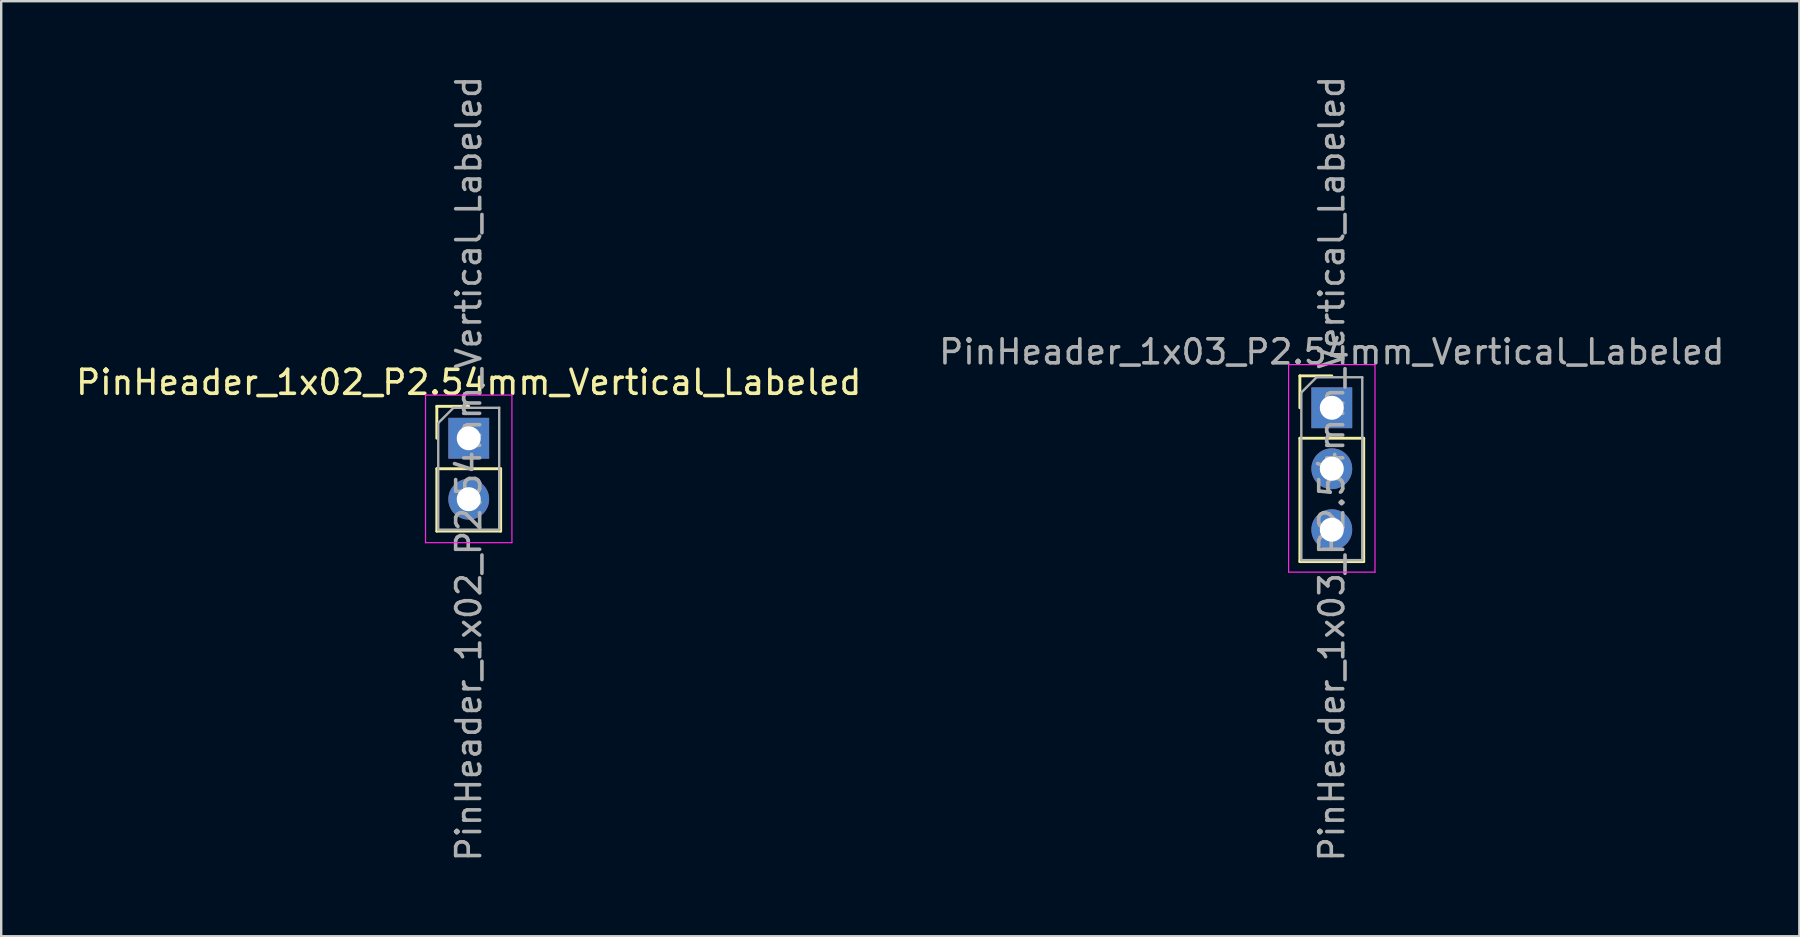
<source format=kicad_pcb>
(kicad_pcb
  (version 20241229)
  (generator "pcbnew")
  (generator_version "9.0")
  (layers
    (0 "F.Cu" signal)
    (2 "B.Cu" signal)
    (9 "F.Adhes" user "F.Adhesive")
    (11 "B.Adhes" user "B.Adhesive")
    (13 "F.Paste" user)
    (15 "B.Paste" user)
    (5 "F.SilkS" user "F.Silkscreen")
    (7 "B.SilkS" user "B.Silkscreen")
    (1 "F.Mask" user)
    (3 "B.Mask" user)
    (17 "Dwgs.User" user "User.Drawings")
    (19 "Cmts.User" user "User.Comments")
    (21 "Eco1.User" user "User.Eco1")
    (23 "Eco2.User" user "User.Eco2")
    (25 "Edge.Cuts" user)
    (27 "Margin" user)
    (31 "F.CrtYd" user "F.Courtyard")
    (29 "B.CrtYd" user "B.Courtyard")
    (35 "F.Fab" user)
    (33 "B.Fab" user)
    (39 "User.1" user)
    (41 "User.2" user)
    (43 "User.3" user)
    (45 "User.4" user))
  (footprint "PinHeader_1x02_P2.54mm_Vertical_Labeled"
    (layer "F.Cu")
    (at 16.482 15.212)
    (property "Reference" "PinHeader_1x02_P2.54mm_Vertical_Labeled" (at 0 -2.33 0) (layer "F.SilkS") (effects (font (size 1 1) (thickness 0.15))))
    (attr through_hole)
    (fp_line (start -1.33 -1.33) (end 0 -1.33) (stroke (width 0.12) (type solid)) (layer "F.SilkS"))
    (fp_line (start -1.33 0) (end -1.33 -1.33) (stroke (width 0.12) (type solid)) (layer "F.SilkS"))
    (fp_line (start -1.33 1.27) (end -1.33 3.87) (stroke (width 0.12) (type solid)) (layer "F.SilkS"))
    (fp_line (start -1.33 1.27) (end 1.33 1.27) (stroke (width 0.12) (type solid)) (layer "F.SilkS"))
    (fp_line (start -1.33 3.87) (end 1.33 3.87) (stroke (width 0.12) (type solid)) (layer "F.SilkS"))
    (fp_line (start 1.33 1.27) (end 1.33 3.87) (stroke (width 0.12) (type solid)) (layer "F.SilkS"))
    (fp_line (start -1.8 -1.8) (end -1.8 4.35) (stroke (width 0.05) (type solid)) (layer "F.CrtYd"))
    (fp_line (start -1.8 4.35) (end 1.8 4.35) (stroke (width 0.05) (type solid)) (layer "F.CrtYd"))
    (fp_line (start 1.8 -1.8) (end -1.8 -1.8) (stroke (width 0.05) (type solid)) (layer "F.CrtYd"))
    (fp_line (start 1.8 4.35) (end 1.8 -1.8) (stroke (width 0.05) (type solid)) (layer "F.CrtYd"))
    (fp_line (start -1.27 -0.635) (end -0.635 -1.27) (stroke (width 0.1) (type solid)) (layer "F.Fab"))
    (fp_line (start -1.27 3.81) (end -1.27 -0.635) (stroke (width 0.1) (type solid)) (layer "F.Fab"))
    (fp_line (start -0.635 -1.27) (end 1.27 -1.27) (stroke (width 0.1) (type solid)) (layer "F.Fab"))
    (fp_line (start 1.27 -1.27) (end 1.27 3.81) (stroke (width 0.1) (type solid)) (layer "F.Fab"))
    (fp_line (start 1.27 3.81) (end -1.27 3.81) (stroke (width 0.1) (type solid)) (layer "F.Fab"))
    (fp_text user "${REFERENCE}" (at 0 1.27 90) (layer "F.Fab") (effects (font (size 1 1) (thickness 0.15))))
    (pad "1" thru_hole rect (at 0 0) (size 1.7 1.7) (drill 1) (layers "*.Cu" "*.Mask"))
    (pad "2" thru_hole oval (at 0 2.54) (size 1.7 1.7) (drill 1) (layers "*.Cu" "*.Mask")))
  (footprint "PinHeader_1x03_P2.54mm_Vertical_Labeled"
    (layer "F.Cu")
    (at 52.446 13.942)
    (property "Reference" "PinHeader_1x03_P2.54mm_Vertical_Labeled" (at 0 -2.33 180) (layer "F.Fab") (effects (font (size 1 1) (thickness 0.15))))
    (attr through_hole)
    (fp_line (start -1.33 -1.33) (end 0 -1.33) (stroke (width 0.12) (type solid)) (layer "F.SilkS"))
    (fp_line (start -1.33 0) (end -1.33 -1.33) (stroke (width 0.12) (type solid)) (layer "F.SilkS"))
    (fp_line (start -1.33 1.27) (end -1.33 6.41) (stroke (width 0.12) (type solid)) (layer "F.SilkS"))
    (fp_line (start -1.33 1.27) (end 1.33 1.27) (stroke (width 0.12) (type solid)) (layer "F.SilkS"))
    (fp_line (start -1.33 6.41) (end 1.33 6.41) (stroke (width 0.12) (type solid)) (layer "F.SilkS"))
    (fp_line (start 1.33 1.27) (end 1.33 6.41) (stroke (width 0.12) (type solid)) (layer "F.SilkS"))
    (fp_line (start -1.8 -1.8) (end -1.8 6.85) (stroke (width 0.05) (type solid)) (layer "F.CrtYd"))
    (fp_line (start -1.8 6.85) (end 1.8 6.85) (stroke (width 0.05) (type solid)) (layer "F.CrtYd"))
    (fp_line (start 1.8 -1.8) (end -1.8 -1.8) (stroke (width 0.05) (type solid)) (layer "F.CrtYd"))
    (fp_line (start 1.8 6.85) (end 1.8 -1.8) (stroke (width 0.05) (type solid)) (layer "F.CrtYd"))
    (fp_line (start -1.27 -0.635) (end -0.635 -1.27) (stroke (width 0.1) (type solid)) (layer "F.Fab"))
    (fp_line (start -1.27 6.35) (end -1.27 -0.635) (stroke (width 0.1) (type solid)) (layer "F.Fab"))
    (fp_line (start -0.635 -1.27) (end 1.27 -1.27) (stroke (width 0.1) (type solid)) (layer "F.Fab"))
    (fp_line (start 1.27 -1.27) (end 1.27 6.35) (stroke (width 0.1) (type solid)) (layer "F.Fab"))
    (fp_line (start 1.27 6.35) (end -1.27 6.35) (stroke (width 0.1) (type solid)) (layer "F.Fab"))
    (fp_text user "${REFERENCE}" (at 0 2.54 270) (layer "F.Fab") (effects (font (size 1 1) (thickness 0.15))))
    (pad "1" thru_hole rect (at 0 0) (size 1.7 1.7) (drill 1) (layers "*.Cu" "*.Mask"))
    (pad "2" thru_hole oval (at 0 2.54) (size 1.7 1.7) (drill 1) (layers "*.Cu" "*.Mask"))
    (pad "3" thru_hole oval (at 0 5.08) (size 1.7 1.7) (drill 1) (layers "*.Cu" "*.Mask")))
  (gr_rect
    (start -3 -3)
    (end 71.929 35.964)
    (stroke (width 0.1) (type default))
    (fill no)
    (layer "Edge.Cuts")))
</source>
